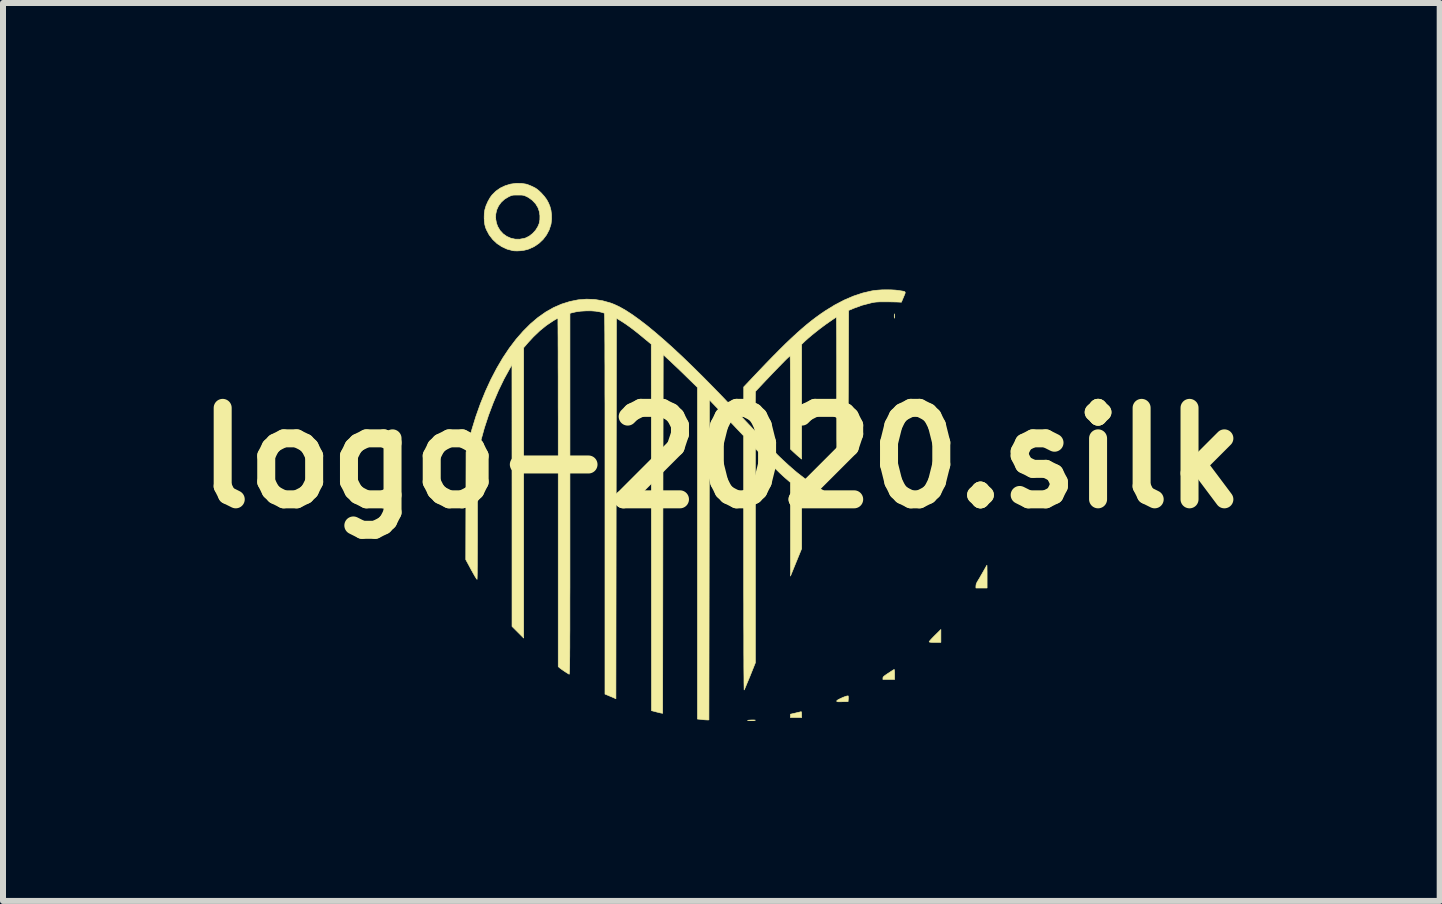
<source format=kicad_pcb>
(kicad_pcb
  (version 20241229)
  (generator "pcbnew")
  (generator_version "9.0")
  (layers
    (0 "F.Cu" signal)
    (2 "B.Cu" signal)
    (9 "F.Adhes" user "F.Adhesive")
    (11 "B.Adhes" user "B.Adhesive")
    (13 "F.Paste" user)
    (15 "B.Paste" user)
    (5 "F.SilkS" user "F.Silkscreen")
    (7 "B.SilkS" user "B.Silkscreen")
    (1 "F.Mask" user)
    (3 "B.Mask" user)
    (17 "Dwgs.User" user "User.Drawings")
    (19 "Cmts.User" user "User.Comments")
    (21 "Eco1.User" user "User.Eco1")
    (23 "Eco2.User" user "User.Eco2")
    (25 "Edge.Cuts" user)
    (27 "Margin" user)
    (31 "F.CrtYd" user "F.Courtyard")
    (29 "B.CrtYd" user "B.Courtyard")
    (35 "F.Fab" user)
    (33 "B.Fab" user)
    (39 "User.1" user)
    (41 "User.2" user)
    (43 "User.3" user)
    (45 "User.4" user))
  (footprint "logo-2020.silk"
    (layer "F.Cu")
    (at 8.97 4.581)
    (property "Reference" "logo-2020.silk" (at 0 0 0) (layer "F.SilkS") (effects (font (size 1.524 1.524) (thickness 0.3))))
    (attr through_hole)
    (fp_poly (pts (xy 1.333 4.23) (xy 1.337 4.245) (xy 1.338 4.275) (xy 1.338 4.326) (xy 1.151 4.326) (xy 1.151 4.27) (xy 1.234 4.251) (xy 1.27 4.242) (xy 1.301 4.235) (xy 1.321 4.23) (xy 1.327 4.228) (xy 1.333 4.23)) (stroke (width 0.01) (type solid)) (fill yes) (layer "F.SilkS"))
    (fp_poly (pts (xy 2.884 -2.397) (xy 2.885 -2.394) (xy 2.886 -2.364) (xy 2.885 -2.335) (xy 2.885 -2.334) (xy 2.883 -2.329) (xy 2.882 -2.338) (xy 2.881 -2.36) (xy 2.881 -2.366) (xy 2.882 -2.39) (xy 2.883 -2.401) (xy 2.884 -2.397)) (stroke (width 0.01) (type solid)) (fill yes) (layer "F.SilkS"))
    (fp_poly (pts (xy 3.658 3.073) (xy 3.56 3.073) (xy 3.516 3.073) (xy 3.486 3.071) (xy 3.469 3.068) (xy 3.463 3.064) (xy 3.463 3.063) (xy 3.469 3.053) (xy 3.484 3.034) (xy 3.508 3.008) (xy 3.538 2.977) (xy 3.56 2.955) (xy 3.658 2.858) (xy 3.658 3.073)) (stroke (width 0.01) (type solid)) (fill yes) (layer "F.SilkS"))
    (fp_poly (pts (xy 0.555 4.367) (xy 0.567 4.369) (xy 0.567 4.37) (xy 0.559 4.373) (xy 0.539 4.376) (xy 0.509 4.377) (xy 0.497 4.377) (xy 0.467 4.376) (xy 0.445 4.375) (xy 0.436 4.374) (xy 0.436 4.373) (xy 0.452 4.37) (xy 0.477 4.368) (xy 0.506 4.366) (xy 0.533 4.366) (xy 0.555 4.367)) (stroke (width 0.01) (type solid)) (fill yes) (layer "F.SilkS"))
    (fp_poly (pts (xy 2.883 3.53) (xy 2.885 3.55) (xy 2.887 3.581) (xy 2.887 3.606) (xy 2.887 3.691) (xy 2.692 3.691) (xy 2.693 3.668) (xy 2.694 3.657) (xy 2.701 3.646) (xy 2.715 3.633) (xy 2.738 3.616) (xy 2.773 3.592) (xy 2.783 3.586) (xy 2.818 3.563) (xy 2.847 3.544) (xy 2.869 3.53) (xy 2.88 3.524) (xy 2.88 3.524) (xy 2.883 3.53)) (stroke (width 0.01) (type solid)) (fill yes) (layer "F.SilkS"))
    (fp_poly (pts (xy 2.114 3.966) (xy 2.115 3.981) (xy 2.116 4.005) (xy 2.115 4.019) (xy 2.112 4.06) (xy 2.017 4.062) (xy 1.976 4.063) (xy 1.948 4.063) (xy 1.932 4.061) (xy 1.925 4.057) (xy 1.922 4.051) (xy 1.922 4.049) (xy 1.929 4.04) (xy 1.948 4.027) (xy 1.976 4.013) (xy 2.008 3.998) (xy 2.041 3.984) (xy 2.071 3.973) (xy 2.096 3.966) (xy 2.111 3.965) (xy 2.114 3.966)) (stroke (width 0.01) (type solid)) (fill yes) (layer "F.SilkS"))
    (fp_poly (pts (xy 4.426 1.794) (xy 4.427 1.816) (xy 4.427 1.85) (xy 4.428 1.894) (xy 4.428 1.945) (xy 4.428 1.976) (xy 4.428 2.167) (xy 4.242 2.167) (xy 4.242 2.133) (xy 4.247 2.101) (xy 4.263 2.065) (xy 4.27 2.055) (xy 4.284 2.031) (xy 4.305 1.997) (xy 4.328 1.956) (xy 4.353 1.913) (xy 4.36 1.901) (xy 4.382 1.862) (xy 4.401 1.829) (xy 4.415 1.804) (xy 4.424 1.789) (xy 4.425 1.787) (xy 4.426 1.794)) (stroke (width 0.01) (type solid)) (fill yes) (layer "F.SilkS"))
    (fp_poly (pts (xy -3.33 -4.575) (xy -3.253 -4.563) (xy -3.227 -4.555) (xy -3.192 -4.541) (xy -3.154 -4.525) (xy -3.142 -4.519) (xy -3.104 -4.5) (xy -3.072 -4.479) (xy -3.039 -4.452) (xy -3.002 -4.417) (xy -3.002 -4.417) (xy -2.951 -4.36) (xy -2.911 -4.306) (xy -2.88 -4.249) (xy -2.856 -4.19) (xy -2.839 -4.127) (xy -2.83 -4.055) (xy -2.829 -3.981) (xy -2.836 -3.913) (xy -2.84 -3.89) (xy -2.87 -3.799) (xy -2.914 -3.716) (xy -2.971 -3.641) (xy -3.04 -3.576) (xy -3.12 -3.522) (xy -3.208 -3.482) (xy -3.236 -3.473) (xy -3.287 -3.461) (xy -3.345 -3.453) (xy -3.404 -3.45) (xy -3.457 -3.452) (xy -3.477 -3.455) (xy -3.571 -3.48) (xy -3.658 -3.52) (xy -3.738 -3.573) (xy -3.808 -3.639) (xy -3.868 -3.716) (xy -3.914 -3.802) (xy -3.93 -3.842) (xy -3.942 -3.89) (xy -3.95 -3.949) (xy -3.951 -3.988) (xy -3.761 -3.988) (xy -3.747 -3.913) (xy -3.726 -3.856) (xy -3.687 -3.79) (xy -3.636 -3.735) (xy -3.576 -3.692) (xy -3.508 -3.662) (xy -3.436 -3.646) (xy -3.361 -3.645) (xy -3.285 -3.659) (xy -3.264 -3.665) (xy -3.203 -3.695) (xy -3.146 -3.739) (xy -3.096 -3.793) (xy -3.058 -3.854) (xy -3.036 -3.906) (xy -3.024 -3.969) (xy -3.023 -4.037) (xy -3.033 -4.105) (xy -3.054 -4.167) (xy -3.054 -4.168) (xy -3.095 -4.236) (xy -3.15 -4.294) (xy -3.215 -4.341) (xy -3.233 -4.35) (xy -3.262 -4.364) (xy -3.285 -4.373) (xy -3.306 -4.378) (xy -3.332 -4.381) (xy -3.366 -4.381) (xy -3.39 -4.381) (xy -3.433 -4.381) (xy -3.463 -4.38) (xy -3.487 -4.376) (xy -3.508 -4.369) (xy -3.533 -4.358) (xy -3.542 -4.354) (xy -3.611 -4.313) (xy -3.668 -4.261) (xy -3.712 -4.201) (xy -3.743 -4.134) (xy -3.759 -4.063) (xy -3.761 -3.988) (xy -3.951 -3.988) (xy -3.952 -4.012) (xy -3.95 -4.075) (xy -3.942 -4.131) (xy -3.942 -4.132) (xy -3.921 -4.203) (xy -3.889 -4.275) (xy -3.85 -4.343) (xy -3.82 -4.383) (xy -3.758 -4.445) (xy -3.684 -4.497) (xy -3.602 -4.536) (xy -3.514 -4.563) (xy -3.422 -4.576) (xy -3.33 -4.575)) (stroke (width 0.01) (type solid)) (fill yes) (layer "F.SilkS"))
    (fp_poly (pts (xy 2.829 -2.801) (xy 2.9 -2.797) (xy 2.959 -2.79) (xy 2.963 -2.789) (xy 3.009 -2.782) (xy 3.039 -2.777) (xy 3.057 -2.77) (xy 3.064 -2.758) (xy 3.061 -2.741) (xy 3.05 -2.714) (xy 3.036 -2.681) (xy 3 -2.595) (xy 2.967 -2.597) (xy 2.948 -2.598) (xy 2.916 -2.599) (xy 2.873 -2.6) (xy 2.823 -2.601) (xy 2.768 -2.602) (xy 2.76 -2.602) (xy 2.698 -2.602) (xy 2.649 -2.602) (xy 2.61 -2.6) (xy 2.577 -2.598) (xy 2.546 -2.594) (xy 2.514 -2.588) (xy 2.496 -2.584) (xy 2.346 -2.545) (xy 2.201 -2.492) (xy 2.189 -2.487) (xy 2.121 -2.458) (xy 2.117 -1.426) (xy 2.112 -0.394) (xy 2.03 -0.195) (xy 2.007 -0.139) (xy 1.986 -0.086) (xy 1.967 -0.04) (xy 1.951 -0.003) (xy 1.94 0.023) (xy 1.936 0.034) (xy 1.934 0.037) (xy 1.932 0.037) (xy 1.931 0.032) (xy 1.929 0.023) (xy 1.928 0.009) (xy 1.927 -0.012) (xy 1.926 -0.04) (xy 1.925 -0.076) (xy 1.925 -0.12) (xy 1.924 -0.174) (xy 1.924 -0.238) (xy 1.923 -0.313) (xy 1.923 -0.4) (xy 1.923 -0.5) (xy 1.923 -0.613) (xy 1.922 -0.74) (xy 1.922 -0.881) (xy 1.922 -1.039) (xy 1.922 -1.141) (xy 1.922 -1.282) (xy 1.922 -1.419) (xy 1.922 -1.55) (xy 1.922 -1.674) (xy 1.921 -1.791) (xy 1.921 -1.899) (xy 1.921 -1.998) (xy 1.92 -2.087) (xy 1.92 -2.164) (xy 1.919 -2.228) (xy 1.919 -2.28) (xy 1.918 -2.317) (xy 1.918 -2.339) (xy 1.917 -2.345) (xy 1.908 -2.341) (xy 1.886 -2.327) (xy 1.856 -2.307) (xy 1.82 -2.282) (xy 1.778 -2.253) (xy 1.735 -2.223) (xy 1.692 -2.191) (xy 1.688 -2.188) (xy 1.626 -2.141) (xy 1.563 -2.091) (xy 1.502 -2.042) (xy 1.447 -1.995) (xy 1.4 -1.953) (xy 1.382 -1.936) (xy 1.338 -1.893) (xy 1.338 0.019) (xy 1.289 -0.022) (xy 1.256 -0.05) (xy 1.221 -0.082) (xy 1.196 -0.105) (xy 1.151 -0.148) (xy 1.151 -0.925) (xy 1.151 -1.038) (xy 1.151 -1.146) (xy 1.151 -1.248) (xy 1.15 -1.343) (xy 1.15 -1.429) (xy 1.149 -1.506) (xy 1.149 -1.571) (xy 1.148 -1.625) (xy 1.147 -1.665) (xy 1.146 -1.691) (xy 1.145 -1.702) (xy 1.145 -1.702) (xy 1.137 -1.696) (xy 1.118 -1.678) (xy 1.089 -1.651) (xy 1.052 -1.614) (xy 1.008 -1.569) (xy 0.957 -1.517) (xy 0.901 -1.459) (xy 0.84 -1.396) (xy 0.777 -1.329) (xy 0.742 -1.293) (xy 0.568 -1.108) (xy 0.563 -0.747) (xy 0.373 -0.948) (xy 0.373 -1.183) (xy 0.621 -1.445) (xy 0.748 -1.578) (xy 0.866 -1.699) (xy 0.975 -1.809) (xy 1.076 -1.909) (xy 1.171 -1.999) (xy 1.261 -2.082) (xy 1.346 -2.157) (xy 1.427 -2.226) (xy 1.507 -2.29) (xy 1.585 -2.349) (xy 1.663 -2.405) (xy 1.734 -2.453) (xy 1.89 -2.549) (xy 2.047 -2.631) (xy 2.201 -2.697) (xy 2.354 -2.748) (xy 2.504 -2.783) (xy 2.545 -2.79) (xy 2.606 -2.796) (xy 2.677 -2.801) (xy 2.753 -2.802) (xy 2.829 -2.801)) (stroke (width 0.01) (type solid)) (fill yes) (layer "F.SilkS"))
    (fp_poly (pts (xy -2.111 -2.641) (xy -1.977 -2.619) (xy -1.845 -2.582) (xy -1.783 -2.558) (xy -1.694 -2.516) (xy -1.595 -2.46) (xy -1.487 -2.39) (xy -1.37 -2.306) (xy -1.243 -2.209) (xy -1.108 -2.098) (xy -0.964 -1.974) (xy -0.811 -1.837) (xy -0.65 -1.687) (xy -0.48 -1.523) (xy -0.302 -1.347) (xy -0.116 -1.158) (xy 0.046 -0.991) (xy 0.105 -0.928) (xy 0.17 -0.861) (xy 0.237 -0.789) (xy 0.308 -0.716) (xy 0.379 -0.641) (xy 0.45 -0.566) (xy 0.521 -0.491) (xy 0.589 -0.42) (xy 0.653 -0.351) (xy 0.714 -0.288) (xy 0.768 -0.23) (xy 0.816 -0.179) (xy 0.856 -0.137) (xy 0.887 -0.104) (xy 0.907 -0.082) (xy 0.911 -0.077) (xy 0.937 -0.05) (xy 0.973 -0.015) (xy 1.017 0.027) (xy 1.066 0.072) (xy 1.117 0.119) (xy 1.168 0.164) (xy 1.216 0.206) (xy 1.258 0.241) (xy 1.274 0.254) (xy 1.38 0.336) (xy 1.491 0.414) (xy 1.6 0.483) (xy 1.622 0.496) (xy 1.658 0.518) (xy 1.688 0.537) (xy 1.709 0.552) (xy 1.718 0.561) (xy 1.719 0.562) (xy 1.716 0.576) (xy 1.707 0.6) (xy 1.696 0.629) (xy 1.682 0.66) (xy 1.669 0.69) (xy 1.657 0.713) (xy 1.649 0.726) (xy 1.647 0.728) (xy 1.634 0.724) (xy 1.609 0.712) (xy 1.576 0.694) (xy 1.537 0.671) (xy 1.494 0.646) (xy 1.452 0.619) (xy 1.428 0.605) (xy 1.396 0.583) (xy 1.368 0.566) (xy 1.349 0.554) (xy 1.342 0.55) (xy 1.341 0.559) (xy 1.34 0.582) (xy 1.34 0.62) (xy 1.339 0.67) (xy 1.339 0.731) (xy 1.338 0.801) (xy 1.338 0.879) (xy 1.338 0.964) (xy 1.338 1.031) (xy 1.338 1.512) (xy 1.152 1.968) (xy 1.152 1.188) (xy 1.151 0.408) (xy 1.056 0.326) (xy 1.026 0.299) (xy 0.986 0.262) (xy 0.94 0.217) (xy 0.889 0.167) (xy 0.835 0.115) (xy 0.782 0.062) (xy 0.764 0.044) (xy 0.567 -0.156) (xy 0.567 3.413) (xy 0.478 3.635) (xy 0.454 3.693) (xy 0.432 3.745) (xy 0.413 3.791) (xy 0.398 3.827) (xy 0.387 3.852) (xy 0.381 3.864) (xy 0.38 3.865) (xy 0.379 3.857) (xy 0.379 3.833) (xy 0.378 3.793) (xy 0.377 3.738) (xy 0.377 3.667) (xy 0.376 3.582) (xy 0.375 3.483) (xy 0.375 3.37) (xy 0.374 3.244) (xy 0.374 3.105) (xy 0.374 2.954) (xy 0.373 2.791) (xy 0.373 2.617) (xy 0.373 2.433) (xy 0.372 2.238) (xy 0.372 2.033) (xy 0.372 1.818) (xy 0.372 1.752) (xy 0.372 -0.368) (xy 0.239 -0.508) (xy 0.193 -0.557) (xy 0.139 -0.613) (xy 0.082 -0.674) (xy 0.024 -0.734) (xy -0.03 -0.791) (xy -0.046 -0.808) (xy -0.199 -0.968) (xy -0.203 1.698) (xy -0.207 4.365) (xy -0.229 4.366) (xy -0.252 4.365) (xy -0.279 4.363) (xy -0.279 4.363) (xy -0.306 4.361) (xy -0.339 4.357) (xy -0.353 4.355) (xy -0.398 4.351) (xy -0.398 -1.175) (xy -0.574 -1.347) (xy -0.626 -1.398) (xy -0.681 -1.451) (xy -0.735 -1.503) (xy -0.786 -1.551) (xy -0.83 -1.593) (xy -0.86 -1.621) (xy -0.969 -1.722) (xy -0.974 1.266) (xy -0.978 4.255) (xy -0.997 4.252) (xy -1.014 4.249) (xy -1.042 4.242) (xy -1.076 4.234) (xy -1.09 4.23) (xy -1.164 4.211) (xy -1.166 1.157) (xy -1.168 -1.896) (xy -1.264 -1.975) (xy -1.346 -2.043) (xy -1.418 -2.101) (xy -1.481 -2.15) (xy -1.538 -2.192) (xy -1.59 -2.229) (xy -1.64 -2.262) (xy -1.681 -2.288) (xy -1.748 -2.329) (xy -1.753 0.842) (xy -1.757 4.012) (xy -1.848 3.973) (xy -1.939 3.935) (xy -1.939 0.766) (xy -1.939 0.481) (xy -1.939 0.212) (xy -1.939 -0.04) (xy -1.939 -0.277) (xy -1.939 -0.499) (xy -1.939 -0.706) (xy -1.939 -0.899) (xy -1.94 -1.077) (xy -1.94 -1.243) (xy -1.94 -1.395) (xy -1.94 -1.534) (xy -1.941 -1.662) (xy -1.941 -1.778) (xy -1.941 -1.882) (xy -1.942 -1.976) (xy -1.942 -2.059) (xy -1.943 -2.132) (xy -1.943 -2.195) (xy -1.944 -2.25) (xy -1.945 -2.295) (xy -1.945 -2.333) (xy -1.946 -2.362) (xy -1.947 -2.385) (xy -1.948 -2.4) (xy -1.949 -2.409) (xy -1.949 -2.411) (xy -1.962 -2.417) (xy -1.987 -2.425) (xy -2.019 -2.433) (xy -2.028 -2.435) (xy -2.096 -2.446) (xy -2.174 -2.452) (xy -2.258 -2.451) (xy -2.343 -2.446) (xy -2.422 -2.435) (xy -2.491 -2.419) (xy -2.523 -2.41) (xy -2.523 0.599) (xy -2.523 0.869) (xy -2.523 1.123) (xy -2.523 1.361) (xy -2.523 1.584) (xy -2.523 1.792) (xy -2.523 1.985) (xy -2.523 2.164) (xy -2.524 2.33) (xy -2.524 2.483) (xy -2.524 2.623) (xy -2.524 2.752) (xy -2.524 2.869) (xy -2.525 2.976) (xy -2.525 3.072) (xy -2.525 3.158) (xy -2.526 3.234) (xy -2.526 3.302) (xy -2.527 3.361) (xy -2.527 3.413) (xy -2.528 3.457) (xy -2.529 3.494) (xy -2.529 3.525) (xy -2.53 3.55) (xy -2.531 3.569) (xy -2.532 3.584) (xy -2.533 3.594) (xy -2.534 3.6) (xy -2.535 3.603) (xy -2.536 3.604) (xy -2.55 3.596) (xy -2.574 3.581) (xy -2.604 3.562) (xy -2.635 3.541) (xy -2.665 3.52) (xy -2.688 3.503) (xy -2.699 3.494) (xy -2.718 3.477) (xy -2.718 0.574) (xy -2.718 0.354) (xy -2.718 0.137) (xy -2.718 -0.074) (xy -2.718 -0.28) (xy -2.718 -0.479) (xy -2.718 -0.672) (xy -2.719 -0.857) (xy -2.719 -1.034) (xy -2.719 -1.203) (xy -2.719 -1.362) (xy -2.72 -1.511) (xy -2.72 -1.65) (xy -2.72 -1.778) (xy -2.721 -1.894) (xy -2.721 -1.997) (xy -2.722 -2.088) (xy -2.722 -2.165) (xy -2.723 -2.228) (xy -2.723 -2.276) (xy -2.723 -2.309) (xy -2.724 -2.326) (xy -2.724 -2.328) (xy -2.734 -2.324) (xy -2.754 -2.313) (xy -2.782 -2.297) (xy -2.802 -2.285) (xy -2.914 -2.21) (xy -3.024 -2.121) (xy -3.132 -2.018) (xy -3.218 -1.925) (xy -3.294 -1.837) (xy -3.294 3.001) (xy -3.391 2.904) (xy -3.488 2.807) (xy -3.488 0.627) (xy -3.489 -1.554) (xy -3.523 -1.494) (xy -3.621 -1.316) (xy -3.714 -1.124) (xy -3.8 -0.922) (xy -3.879 -0.713) (xy -3.949 -0.5) (xy -4.008 -0.286) (xy -4.035 -0.174) (xy -4.064 -0.047) (xy -4.064 0.988) (xy -4.064 1.119) (xy -4.064 1.245) (xy -4.064 1.366) (xy -4.065 1.479) (xy -4.065 1.585) (xy -4.066 1.681) (xy -4.066 1.768) (xy -4.067 1.844) (xy -4.067 1.908) (xy -4.068 1.959) (xy -4.069 1.996) (xy -4.07 2.017) (xy -4.07 2.023) (xy -4.077 2.017) (xy -4.089 1.999) (xy -4.109 1.967) (xy -4.135 1.921) (xy -4.168 1.862) (xy -4.205 1.793) (xy -4.259 1.694) (xy -4.254 -0.097) (xy -4.223 -0.227) (xy -4.161 -0.461) (xy -4.092 -0.686) (xy -4.015 -0.903) (xy -3.931 -1.11) (xy -3.841 -1.306) (xy -3.744 -1.492) (xy -3.642 -1.666) (xy -3.534 -1.828) (xy -3.421 -1.977) (xy -3.303 -2.112) (xy -3.182 -2.233) (xy -3.056 -2.34) (xy -2.927 -2.431) (xy -2.797 -2.505) (xy -2.662 -2.564) (xy -2.524 -2.607) (xy -2.386 -2.635) (xy -2.248 -2.646) (xy -2.111 -2.641)) (stroke (width 0.01) (type solid)) (fill yes) (layer "F.SilkS")))
  (gr_rect
    (start -3 -3)
    (end 20.94 11.963)
    (stroke (width 0.1) (type default))
    (fill no)
    (layer "Edge.Cuts")))
</source>
